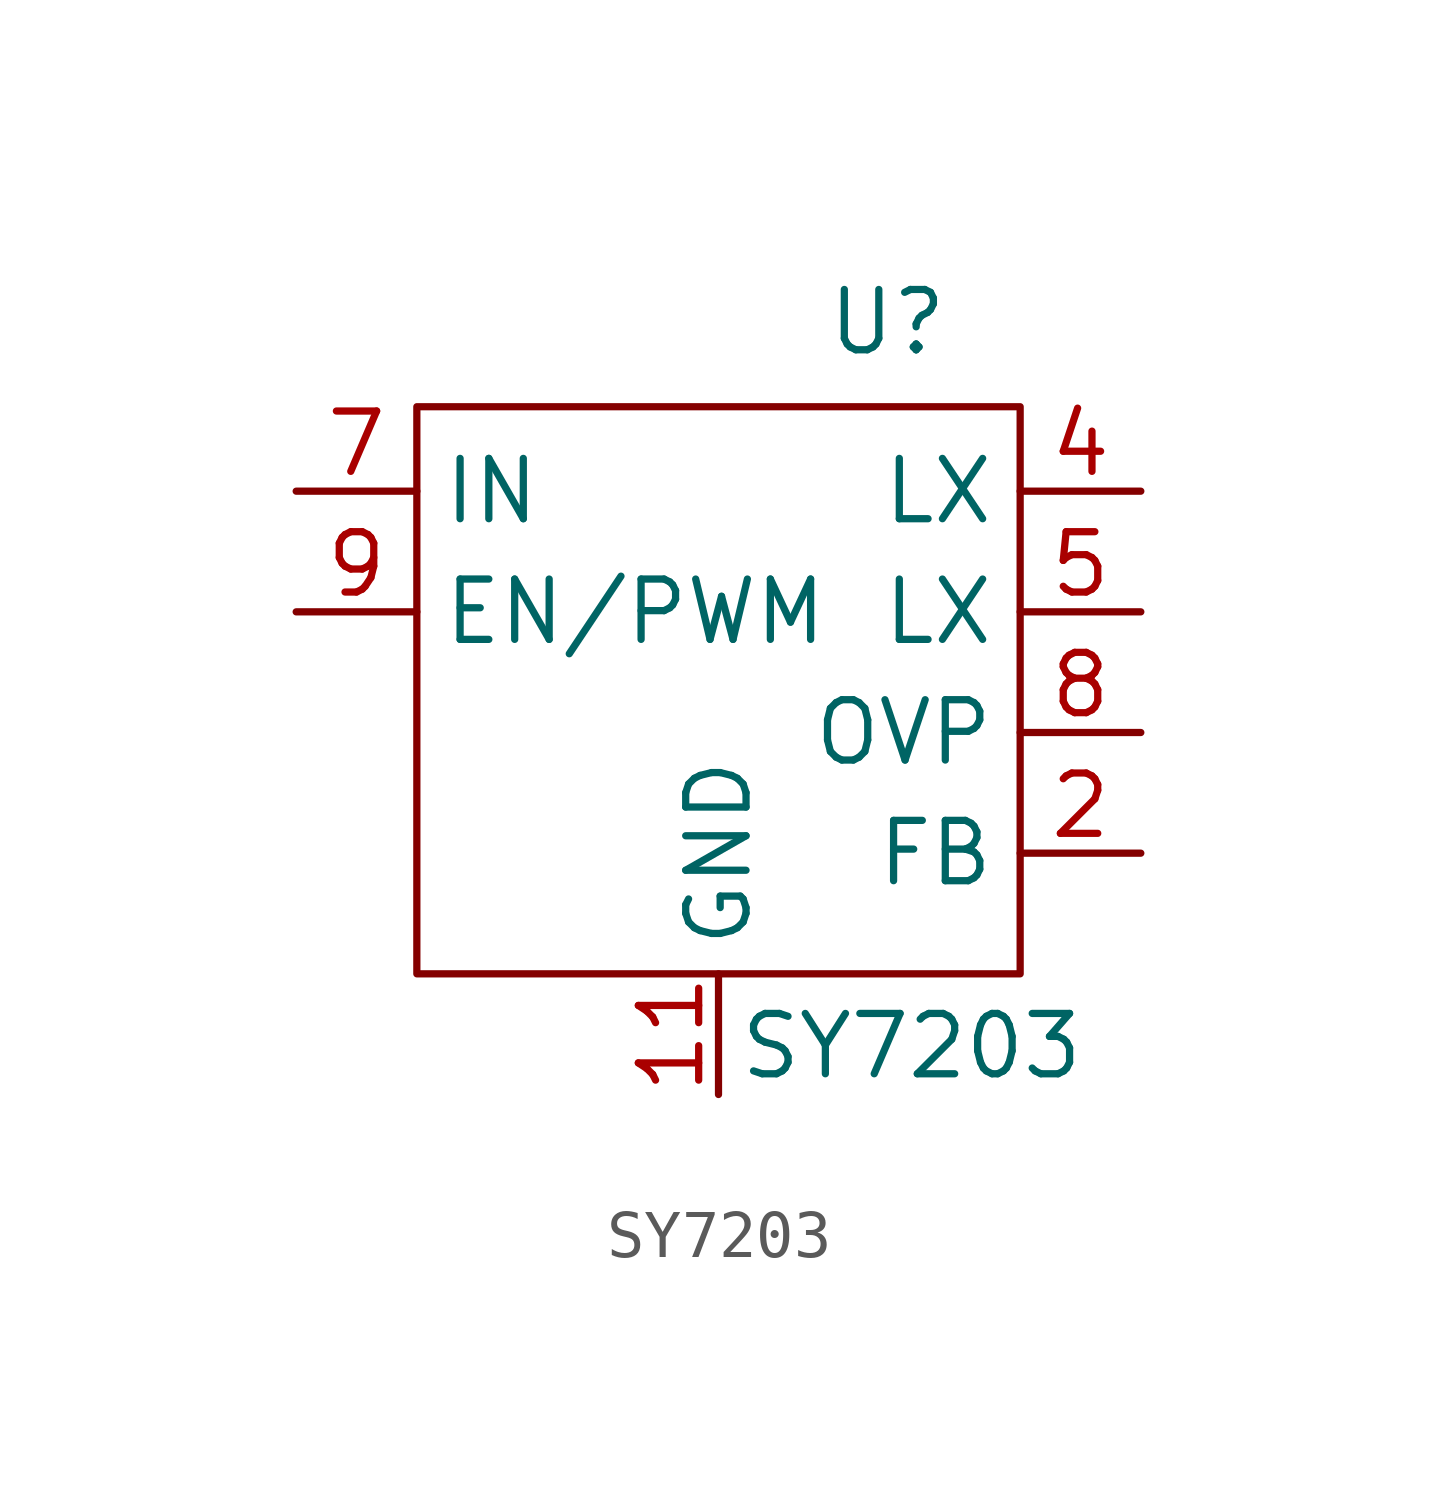
<source format=kicad_sym>
(kicad_symbol_lib
  (version 20231120)
  (generator "kicad_symbol_editor")
  (generator_version "8.0")
  (symbol "SY7203"
    (property "Reference" "U"
      (at 3.556 7.366 0)
      (effects (font (size 1.27 1.27))))
    (property "Value" "SY7203"
      (at 4.064 -7.874 0)
      (effects (font (size 1.27 1.27))))
    (symbol "SY7203_0_1"
      (rectangle (start -6.35 5.588) (end 6.35 -6.35) (stroke (width 0) (type default)) (fill (type none))))
    (symbol "SY7203_1_1"
      (pin power_in line (at 0 -8.89 90) (length 2.54) (name "GND" (effects (font (size 1.27 1.27)))) (number "11" (effects (font (size 1.27 1.27)))))
      (pin input line (at 8.89 -3.81 180) (length 2.54) (name "FB" (effects (font (size 1.27 1.27)))) (number "2" (effects (font (size 1.27 1.27)))))
      (pin power_out line (at 8.89 3.81 180) (length 2.54) (name "LX" (effects (font (size 1.27 1.27)))) (number "4" (effects (font (size 1.27 1.27)))))
      (pin power_out line (at 8.89 1.27 180) (length 2.54) (name "LX" (effects (font (size 1.27 1.27)))) (number "5" (effects (font (size 1.27 1.27)))))
      (pin power_in line (at -8.89 3.81 0) (length 2.54) (name "IN" (effects (font (size 1.27 1.27)))) (number "7" (effects (font (size 1.27 1.27)))))
      (pin input line (at 8.89 -1.27 180) (length 2.54) (name "OVP" (effects (font (size 1.27 1.27)))) (number "8" (effects (font (size 1.27 1.27)))))
      (pin input line (at -8.89 1.27 0) (length 2.54) (name "EN/PWM" (effects (font (size 1.27 1.27)))) (number "9" (effects (font (size 1.27 1.27))))))))
</source>
